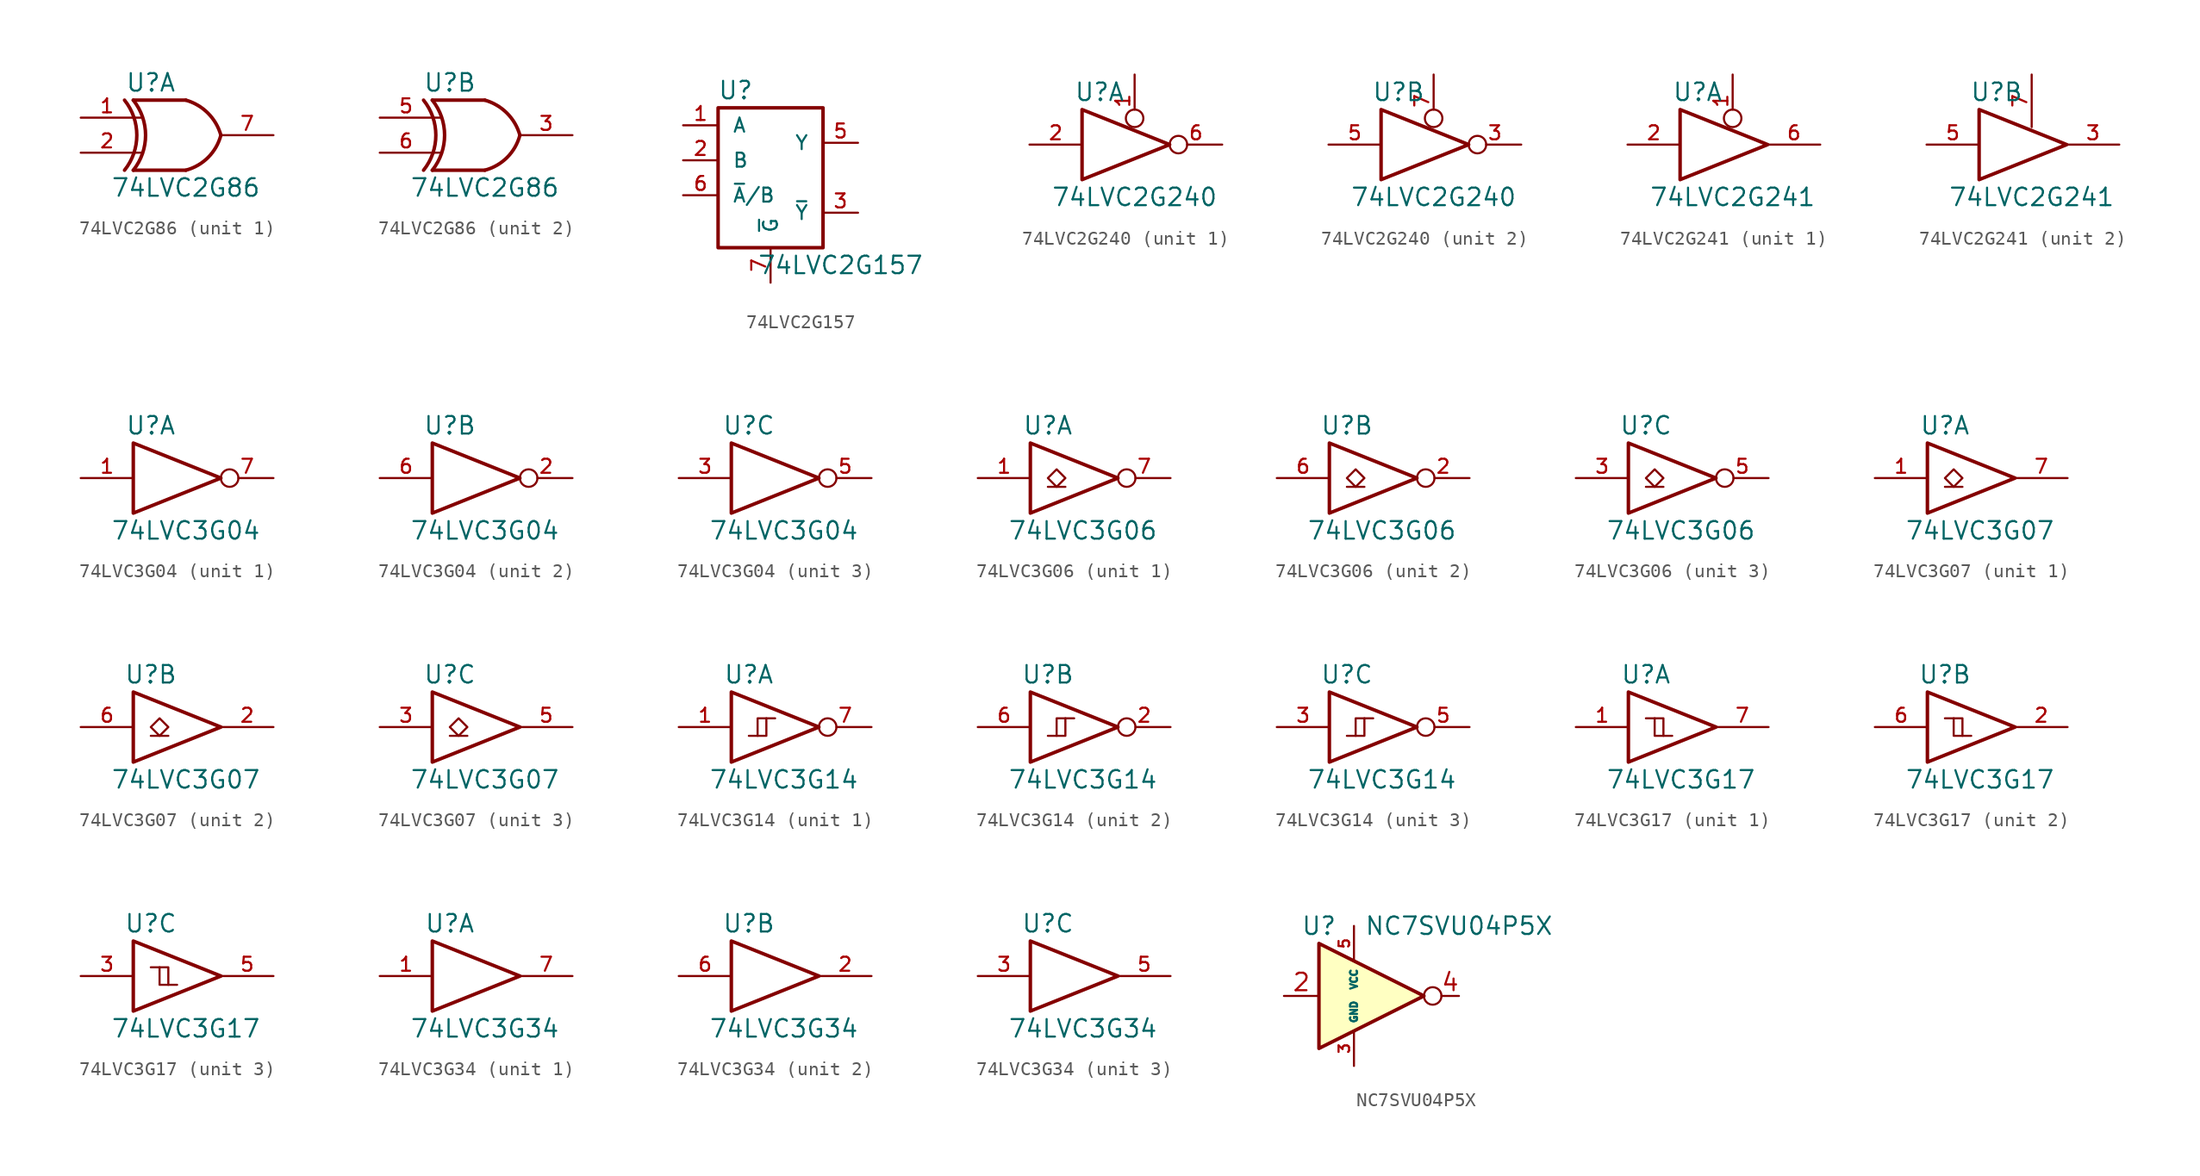
<source format=kicad_sym>
(kicad_symbol_lib
  (version 20201005)
  (generator kicad_symbol_editor)
  (symbol "74xGxx:74LVC2G86"
    (pin_names
      (offset 1.016))
    (property "Reference" "U"
      (at -2.54 3.81 0)
      (effects (font (size 1.27 1.27))))
    (property "Value" "74LVC2G86"
      (at 0 -3.81 0)
      (effects (font (size 1.27 1.27))))
    (symbol "74LVC2G86_0_1"
      (arc (start -4.445 2.54) (end -4.445 -2.54) (radius (at -7.62 0) (length 4.064) (angles 38.6 -38.6)) (stroke (width 0.254)) (fill (type none)))
      (arc (start -3.81 2.54) (end -3.81 -2.54) (radius (at -6.985 0) (length 4.064) (angles 38.6 -38.6)) (stroke (width 0.254)) (fill (type none)))
      (arc (start 0 2.54) (end 2.54 0) (radius (at -0.9652 -0.9398) (length 3.6068) (angles 74.4 15)) (stroke (width 0.254)) (fill (type none)))
      (arc (start 0 -2.54) (end 2.54 0) (radius (at -0.9652 0.9398) (length 3.6068) (angles -74.4 -15)) (stroke (width 0.254)) (fill (type none)))
      (polyline (pts (xy -3.81 -1.27) (xy -3.175 -1.27)) (stroke (width 0)) (fill (type none)))
      (polyline (pts (xy -3.81 1.27) (xy -3.175 1.27)) (stroke (width 0)) (fill (type none)))
      (polyline (pts (xy 0 -2.54) (xy -3.81 -2.54)) (stroke (width 0.254)) (fill (type background)))
      (polyline (pts (xy 0 2.54) (xy -3.81 2.54)) (stroke (width 0.254)) (fill (type background)))
      (pin power_in line (at 0 -2.54 270) (length 0) hide (name "GND" (effects (font (size 1.016 1.016)))) (number "4" (effects (font (size 1.016 1.016)))))
      (pin power_in line (at 0 2.54 90) (length 0) hide (name "VCC" (effects (font (size 1.016 1.016)))) (number "8" (effects (font (size 1.016 1.016))))))
    (symbol "74LVC2G86_1_1"
      (pin input line (at -7.62 1.27 0) (length 3.81) (name "~" (effects (font (size 1.016 1.016)))) (number "1" (effects (font (size 1.016 1.016)))))
      (pin input line (at -7.62 -1.27 0) (length 3.81) (name "~" (effects (font (size 1.016 1.016)))) (number "2" (effects (font (size 1.016 1.016)))))
      (pin output line (at 6.35 0 180) (length 3.81) (name "~" (effects (font (size 1.016 1.016)))) (number "7" (effects (font (size 1.016 1.016))))))
    (symbol "74LVC2G86_2_1"
      (pin output line (at 6.35 0 180) (length 3.81) (name "~" (effects (font (size 1.016 1.016)))) (number "3" (effects (font (size 1.016 1.016)))))
      (pin input line (at -7.62 1.27 0) (length 3.81) (name "~" (effects (font (size 1.016 1.016)))) (number "5" (effects (font (size 1.016 1.016)))))
      (pin input line (at -7.62 -1.27 0) (length 3.81) (name "~" (effects (font (size 1.016 1.016)))) (number "6" (effects (font (size 1.016 1.016)))))))
  (symbol "74xGxx:74LVC2G157"
    (pin_names
      (offset 1.016))
    (property "Reference" "U"
      (at -2.54 6.35 0)
      (effects (font (size 1.27 1.27))))
    (property "Value" "74LVC2G157"
      (at 5.08 -6.35 0)
      (effects (font (size 1.27 1.27))))
    (symbol "74LVC2G157_0_1"
      (rectangle (start -3.81 5.08) (end 3.81 -5.08) (stroke (width 0.254)) (fill (type none))))
    (symbol "74LVC2G157_1_1"
      (pin input line (at -6.35 3.81 0) (length 2.54) (name "A" (effects (font (size 1.016 1.016)))) (number "1" (effects (font (size 1.016 1.016)))))
      (pin input line (at -6.35 1.27 0) (length 2.54) (name "B" (effects (font (size 1.016 1.016)))) (number "2" (effects (font (size 1.016 1.016)))))
      (pin output line (at 6.35 -2.54 180) (length 2.54) (name "~Y" (effects (font (size 1.016 1.016)))) (number "3" (effects (font (size 1.016 1.016)))))
      (pin power_in line (at 2.54 -5.08 270) (length 0) hide (name "GND" (effects (font (size 1.016 1.016)))) (number "4" (effects (font (size 1.016 1.016)))))
      (pin output line (at 6.35 2.54 180) (length 2.54) (name "Y" (effects (font (size 1.016 1.016)))) (number "5" (effects (font (size 1.016 1.016)))))
      (pin input line (at -6.35 -1.27 0) (length 2.54) (name "~A~/B" (effects (font (size 1.016 1.016)))) (number "6" (effects (font (size 1.016 1.016)))))
      (pin input line (at 0 -7.62 90) (length 2.54) (name "~G" (effects (font (size 1.016 1.016)))) (number "7" (effects (font (size 1.016 1.016)))))
      (pin power_in line (at 2.54 5.08 90) (length 0) hide (name "VCC" (effects (font (size 1.016 1.016)))) (number "8" (effects (font (size 1.016 1.016)))))))
  (symbol "74xGxx:74LVC2G240"
    (pin_names
      (offset 1.016))
    (property "Reference" "U"
      (at -2.54 3.81 0)
      (effects (font (size 1.27 1.27))))
    (property "Value" "74LVC2G240"
      (at 0 -3.81 0)
      (effects (font (size 1.27 1.27))))
    (symbol "74LVC2G240_0_1"
      (polyline (pts (xy -3.81 2.54) (xy -3.81 -2.54) (xy 2.54 0) (xy -3.81 2.54)) (stroke (width 0.254)) (fill (type none)))
      (pin power_in line (at 1.27 -1.27 270) (length 0) hide (name "GND" (effects (font (size 1.016 1.016)))) (number "4" (effects (font (size 1.016 1.016)))))
      (pin power_in line (at 1.27 1.27 90) (length 0) hide (name "VCC" (effects (font (size 1.016 1.016)))) (number "8" (effects (font (size 1.016 1.016))))))
    (symbol "74LVC2G240_1_1"
      (pin input inverted (at 0 5.08 270) (length 3.81) (name "~" (effects (font (size 1.016 1.016)))) (number "1" (effects (font (size 1.016 1.016)))))
      (pin input line (at -7.62 0 0) (length 3.81) (name "~" (effects (font (size 1.016 1.016)))) (number "2" (effects (font (size 1.016 1.016)))))
      (pin tri_state inverted (at 6.35 0 180) (length 3.81) (name "~" (effects (font (size 1.016 1.016)))) (number "6" (effects (font (size 1.016 1.016))))))
    (symbol "74LVC2G240_2_1"
      (pin tri_state inverted (at 6.35 0 180) (length 3.81) (name "~" (effects (font (size 1.016 1.016)))) (number "3" (effects (font (size 1.016 1.016)))))
      (pin input line (at -7.62 0 0) (length 3.81) (name "~" (effects (font (size 1.016 1.016)))) (number "5" (effects (font (size 1.016 1.016)))))
      (pin input inverted (at 0 5.08 270) (length 3.81) (name "~" (effects (font (size 1.016 1.016)))) (number "7" (effects (font (size 1.016 1.016)))))))
  (symbol "74xGxx:74LVC2G241"
    (pin_names
      (offset 1.016))
    (property "Reference" "U"
      (at -2.54 3.81 0)
      (effects (font (size 1.27 1.27))))
    (property "Value" "74LVC2G241"
      (at 0 -3.81 0)
      (effects (font (size 1.27 1.27))))
    (symbol "74LVC2G241_0_1"
      (polyline (pts (xy -3.81 2.54) (xy -3.81 -2.54) (xy 2.54 0) (xy -3.81 2.54)) (stroke (width 0.254)) (fill (type none)))
      (pin power_in line (at 1.27 -1.27 270) (length 0) hide (name "GND" (effects (font (size 1.016 1.016)))) (number "4" (effects (font (size 1.016 1.016)))))
      (pin power_in line (at 1.27 1.27 90) (length 0) hide (name "VCC" (effects (font (size 1.016 1.016)))) (number "8" (effects (font (size 1.016 1.016))))))
    (symbol "74LVC2G241_1_1"
      (pin input inverted (at 0 5.08 270) (length 3.81) (name "~" (effects (font (size 1.016 1.016)))) (number "1" (effects (font (size 1.016 1.016)))))
      (pin input line (at -7.62 0 0) (length 3.81) (name "~" (effects (font (size 1.016 1.016)))) (number "2" (effects (font (size 1.016 1.016)))))
      (pin tri_state line (at 6.35 0 180) (length 3.81) (name "~" (effects (font (size 1.016 1.016)))) (number "6" (effects (font (size 1.016 1.016))))))
    (symbol "74LVC2G241_2_1"
      (pin tri_state line (at 6.35 0 180) (length 3.81) (name "~" (effects (font (size 1.016 1.016)))) (number "3" (effects (font (size 1.016 1.016)))))
      (pin input line (at -7.62 0 0) (length 3.81) (name "~" (effects (font (size 1.016 1.016)))) (number "5" (effects (font (size 1.016 1.016)))))
      (pin input line (at 0 5.08 270) (length 3.81) (name "~" (effects (font (size 1.016 1.016)))) (number "7" (effects (font (size 1.016 1.016)))))))
  (symbol "74xGxx:74LVC3G04"
    (pin_names
      (offset 1.016))
    (property "Reference" "U"
      (at -2.54 3.81 0)
      (effects (font (size 1.27 1.27))))
    (property "Value" "74LVC3G04"
      (at 0 -3.81 0)
      (effects (font (size 1.27 1.27))))
    (symbol "74LVC3G04_0_1"
      (polyline (pts (xy -3.81 2.54) (xy -3.81 -2.54) (xy 2.54 0) (xy -3.81 2.54)) (stroke (width 0.254)) (fill (type none)))
      (pin power_in line (at 0 -2.54 270) (length 0) hide (name "GND" (effects (font (size 1.016 1.016)))) (number "4" (effects (font (size 1.016 1.016)))))
      (pin power_in line (at 0 2.54 90) (length 0) hide (name "VCC" (effects (font (size 1.016 1.016)))) (number "8" (effects (font (size 1.016 1.016))))))
    (symbol "74LVC3G04_1_1"
      (pin input line (at -7.62 0 0) (length 3.81) (name "~" (effects (font (size 1.016 1.016)))) (number "1" (effects (font (size 1.016 1.016)))))
      (pin output inverted (at 6.35 0 180) (length 3.81) (name "~" (effects (font (size 1.016 1.016)))) (number "7" (effects (font (size 1.016 1.016))))))
    (symbol "74LVC3G04_2_1"
      (pin output inverted (at 6.35 0 180) (length 3.81) (name "~" (effects (font (size 1.016 1.016)))) (number "2" (effects (font (size 1.016 1.016)))))
      (pin input line (at -7.62 0 0) (length 3.81) (name "~" (effects (font (size 1.016 1.016)))) (number "6" (effects (font (size 1.016 1.016))))))
    (symbol "74LVC3G04_3_1"
      (pin input line (at -7.62 0 0) (length 3.81) (name "~" (effects (font (size 1.016 1.016)))) (number "3" (effects (font (size 1.016 1.016)))))
      (pin output inverted (at 6.35 0 180) (length 3.81) (name "~" (effects (font (size 1.016 1.016)))) (number "5" (effects (font (size 1.016 1.016)))))))
  (symbol "74xGxx:74LVC3G06"
    (pin_names
      (offset 1.016))
    (property "Reference" "U"
      (at -2.54 3.81 0)
      (effects (font (size 1.27 1.27))))
    (property "Value" "74LVC3G06"
      (at 0 -3.81 0)
      (effects (font (size 1.27 1.27))))
    (symbol "74LVC3G06_0_1"
      (polyline (pts (xy -2.54 -0.635) (xy -1.27 -0.635)) (stroke (width 0)) (fill (type none)))
      (polyline (pts (xy -3.81 2.54) (xy -3.81 -2.54) (xy 2.54 0) (xy -3.81 2.54)) (stroke (width 0.254)) (fill (type none)))
      (polyline (pts (xy -1.905 0.635) (xy -2.54 0) (xy -1.905 -0.635) (xy -1.27 0) (xy -1.905 0.635)) (stroke (width 0)) (fill (type none)))
      (pin power_in line (at 0 -2.54 270) (length 0) hide (name "GND" (effects (font (size 1.016 1.016)))) (number "4" (effects (font (size 1.016 1.016)))))
      (pin power_in line (at 0 2.54 90) (length 0) hide (name "VCC" (effects (font (size 1.016 1.016)))) (number "8" (effects (font (size 1.016 1.016))))))
    (symbol "74LVC3G06_1_1"
      (pin input line (at -7.62 0 0) (length 3.81) (name "~" (effects (font (size 1.016 1.016)))) (number "1" (effects (font (size 1.016 1.016)))))
      (pin open_collector inverted (at 6.35 0 180) (length 3.81) (name "~" (effects (font (size 1.016 1.016)))) (number "7" (effects (font (size 1.016 1.016))))))
    (symbol "74LVC3G06_2_1"
      (pin open_collector inverted (at 6.35 0 180) (length 3.81) (name "~" (effects (font (size 1.016 1.016)))) (number "2" (effects (font (size 1.016 1.016)))))
      (pin input line (at -7.62 0 0) (length 3.81) (name "~" (effects (font (size 1.016 1.016)))) (number "6" (effects (font (size 1.016 1.016))))))
    (symbol "74LVC3G06_3_1"
      (pin input line (at -7.62 0 0) (length 3.81) (name "~" (effects (font (size 1.016 1.016)))) (number "3" (effects (font (size 1.016 1.016)))))
      (pin open_collector inverted (at 6.35 0 180) (length 3.81) (name "~" (effects (font (size 1.016 1.016)))) (number "5" (effects (font (size 1.016 1.016)))))))
  (symbol "74xGxx:74LVC3G07"
    (pin_names
      (offset 1.016))
    (property "Reference" "U"
      (at -2.54 3.81 0)
      (effects (font (size 1.27 1.27))))
    (property "Value" "74LVC3G07"
      (at 0 -3.81 0)
      (effects (font (size 1.27 1.27))))
    (symbol "74LVC3G07_0_1"
      (polyline (pts (xy -2.54 -0.635) (xy -1.27 -0.635)) (stroke (width 0)) (fill (type none)))
      (polyline (pts (xy -3.81 2.54) (xy -3.81 -2.54) (xy 2.54 0) (xy -3.81 2.54)) (stroke (width 0.254)) (fill (type none)))
      (polyline (pts (xy -1.905 0.635) (xy -2.54 0) (xy -1.905 -0.635) (xy -1.27 0) (xy -1.905 0.635)) (stroke (width 0)) (fill (type none)))
      (pin power_in line (at 0 -2.54 270) (length 0) hide (name "GND" (effects (font (size 1.016 1.016)))) (number "4" (effects (font (size 1.016 1.016)))))
      (pin power_in line (at 0 2.54 90) (length 0) hide (name "VCC" (effects (font (size 1.016 1.016)))) (number "8" (effects (font (size 1.016 1.016))))))
    (symbol "74LVC3G07_1_1"
      (pin input line (at -7.62 0 0) (length 3.81) (name "~" (effects (font (size 1.016 1.016)))) (number "1" (effects (font (size 1.016 1.016)))))
      (pin open_collector line (at 6.35 0 180) (length 3.81) (name "~" (effects (font (size 1.016 1.016)))) (number "7" (effects (font (size 1.016 1.016))))))
    (symbol "74LVC3G07_2_1"
      (pin open_collector line (at 6.35 0 180) (length 3.81) (name "~" (effects (font (size 1.016 1.016)))) (number "2" (effects (font (size 1.016 1.016)))))
      (pin input line (at -7.62 0 0) (length 3.81) (name "~" (effects (font (size 1.016 1.016)))) (number "6" (effects (font (size 1.016 1.016))))))
    (symbol "74LVC3G07_3_1"
      (pin input line (at -7.62 0 0) (length 3.81) (name "~" (effects (font (size 1.016 1.016)))) (number "3" (effects (font (size 1.016 1.016)))))
      (pin open_collector line (at 6.35 0 180) (length 3.81) (name "~" (effects (font (size 1.016 1.016)))) (number "5" (effects (font (size 1.016 1.016)))))))
  (symbol "74xGxx:74LVC3G14"
    (pin_names
      (offset 1.016))
    (property "Reference" "U"
      (at -2.54 3.81 0)
      (effects (font (size 1.27 1.27))))
    (property "Value" "74LVC3G14"
      (at 0 -3.81 0)
      (effects (font (size 1.27 1.27))))
    (symbol "74LVC3G14_0_1"
      (polyline (pts (xy -1.905 -0.635) (xy -1.27 -0.635) (xy -1.27 0.635)) (stroke (width 0)) (fill (type none)))
      (polyline (pts (xy -3.81 2.54) (xy -3.81 -2.54) (xy 2.54 0) (xy -3.81 2.54)) (stroke (width 0.254)) (fill (type none)))
      (polyline (pts (xy -2.54 -0.635) (xy -1.905 -0.635) (xy -1.905 0.635) (xy -0.635 0.635)) (stroke (width 0)) (fill (type none)))
      (pin power_in line (at 0 -2.54 270) (length 0) hide (name "GND" (effects (font (size 1.016 1.016)))) (number "4" (effects (font (size 1.016 1.016)))))
      (pin power_in line (at 0 2.54 90) (length 0) hide (name "VCC" (effects (font (size 1.016 1.016)))) (number "8" (effects (font (size 1.016 1.016))))))
    (symbol "74LVC3G14_1_1"
      (pin input line (at -7.62 0 0) (length 3.81) (name "~" (effects (font (size 1.016 1.016)))) (number "1" (effects (font (size 1.016 1.016)))))
      (pin output inverted (at 6.35 0 180) (length 3.81) (name "~" (effects (font (size 1.016 1.016)))) (number "7" (effects (font (size 1.016 1.016))))))
    (symbol "74LVC3G14_2_1"
      (pin output inverted (at 6.35 0 180) (length 3.81) (name "~" (effects (font (size 1.016 1.016)))) (number "2" (effects (font (size 1.016 1.016)))))
      (pin input line (at -7.62 0 0) (length 3.81) (name "~" (effects (font (size 1.016 1.016)))) (number "6" (effects (font (size 1.016 1.016))))))
    (symbol "74LVC3G14_3_1"
      (pin input line (at -7.62 0 0) (length 3.81) (name "~" (effects (font (size 1.016 1.016)))) (number "3" (effects (font (size 1.016 1.016)))))
      (pin output inverted (at 6.35 0 180) (length 3.81) (name "~" (effects (font (size 1.016 1.016)))) (number "5" (effects (font (size 1.016 1.016)))))))
  (symbol "74xGxx:74LVC3G17"
    (pin_names
      (offset 1.016))
    (property "Reference" "U"
      (at -2.54 3.81 0)
      (effects (font (size 1.27 1.27))))
    (property "Value" "74LVC3G17"
      (at 0 -3.81 0)
      (effects (font (size 1.27 1.27))))
    (symbol "74LVC3G17_0_1"
      (polyline (pts (xy -1.905 0.635) (xy -1.27 0.635) (xy -1.27 -0.635)) (stroke (width 0)) (fill (type none)))
      (polyline (pts (xy -3.81 2.54) (xy -3.81 -2.54) (xy 2.54 0) (xy -3.81 2.54)) (stroke (width 0.254)) (fill (type none)))
      (polyline (pts (xy -2.54 0.635) (xy -1.905 0.635) (xy -1.905 -0.635) (xy -0.635 -0.635)) (stroke (width 0)) (fill (type none)))
      (pin power_in line (at 0 -2.54 270) (length 0) hide (name "GND" (effects (font (size 1.016 1.016)))) (number "4" (effects (font (size 1.016 1.016)))))
      (pin power_in line (at 0 2.54 90) (length 0) hide (name "VCC" (effects (font (size 1.016 1.016)))) (number "8" (effects (font (size 1.016 1.016))))))
    (symbol "74LVC3G17_1_1"
      (pin input line (at -7.62 0 0) (length 3.81) (name "~" (effects (font (size 1.016 1.016)))) (number "1" (effects (font (size 1.016 1.016)))))
      (pin output line (at 6.35 0 180) (length 3.81) (name "~" (effects (font (size 1.016 1.016)))) (number "7" (effects (font (size 1.016 1.016))))))
    (symbol "74LVC3G17_2_1"
      (pin output line (at 6.35 0 180) (length 3.81) (name "~" (effects (font (size 1.016 1.016)))) (number "2" (effects (font (size 1.016 1.016)))))
      (pin input line (at -7.62 0 0) (length 3.81) (name "~" (effects (font (size 1.016 1.016)))) (number "6" (effects (font (size 1.016 1.016))))))
    (symbol "74LVC3G17_3_1"
      (pin input line (at -7.62 0 0) (length 3.81) (name "~" (effects (font (size 1.016 1.016)))) (number "3" (effects (font (size 1.016 1.016)))))
      (pin output line (at 6.35 0 180) (length 3.81) (name "~" (effects (font (size 1.016 1.016)))) (number "5" (effects (font (size 1.016 1.016)))))))
  (symbol "74xGxx:74LVC3G34"
    (pin_names
      (offset 1.016))
    (property "Reference" "U"
      (at -2.54 3.81 0)
      (effects (font (size 1.27 1.27))))
    (property "Value" "74LVC3G34"
      (at 0 -3.81 0)
      (effects (font (size 1.27 1.27))))
    (symbol "74LVC3G34_0_1"
      (polyline (pts (xy -3.81 2.54) (xy -3.81 -2.54) (xy 2.54 0) (xy -3.81 2.54)) (stroke (width 0.254)) (fill (type none)))
      (pin power_in line (at 0 -2.54 270) (length 0) hide (name "GND" (effects (font (size 1.016 1.016)))) (number "4" (effects (font (size 1.016 1.016)))))
      (pin power_in line (at 0 2.54 90) (length 0) hide (name "VCC" (effects (font (size 1.016 1.016)))) (number "8" (effects (font (size 1.016 1.016))))))
    (symbol "74LVC3G34_1_1"
      (pin input line (at -7.62 0 0) (length 3.81) (name "~" (effects (font (size 1.016 1.016)))) (number "1" (effects (font (size 1.016 1.016)))))
      (pin output line (at 6.35 0 180) (length 3.81) (name "~" (effects (font (size 1.016 1.016)))) (number "7" (effects (font (size 1.016 1.016))))))
    (symbol "74LVC3G34_2_1"
      (pin output line (at 6.35 0 180) (length 3.81) (name "~" (effects (font (size 1.016 1.016)))) (number "2" (effects (font (size 1.016 1.016)))))
      (pin input line (at -7.62 0 0) (length 3.81) (name "~" (effects (font (size 1.016 1.016)))) (number "6" (effects (font (size 1.016 1.016))))))
    (symbol "74LVC3G34_3_1"
      (pin input line (at -7.62 0 0) (length 3.81) (name "~" (effects (font (size 1.016 1.016)))) (number "3" (effects (font (size 1.016 1.016)))))
      (pin output line (at 6.35 0 180) (length 3.81) (name "~" (effects (font (size 1.016 1.016)))) (number "5" (effects (font (size 1.016 1.016)))))))
  (symbol "74xGxx:NC7SVU04P5X"
    (property "Reference" "U"
      (at -2.54 5.08 0)
      (effects (font (size 1.27 1.27))))
    (property "Value" "NC7SVU04P5X"
      (at 7.62 5.08 0)
      (effects (font (size 1.27 1.27))))
    (symbol "NC7SVU04P5X_0_1"
      (circle (center 5.715 0) (radius 0.635) (stroke (width 0)) (fill (type none)))
      (polyline (pts (xy -2.54 3.81) (xy -2.54 -3.81) (xy 5.08 0) (xy -2.54 3.81)) (stroke (width 0.254)) (fill (type background))))
    (symbol "NC7SVU04P5X_1_1"
      (pin no_connect line (at 5.08 0 180) (length 2.54) hide (name "NC" (effects (font (size 1.27 1.27)))) (number "1" (effects (font (size 1.27 1.27)))))
      (pin input line (at -5.08 0 0) (length 2.54) (name "~" (effects (font (size 1.27 1.27)))) (number "2" (effects (font (size 1.27 1.27)))))
      (pin power_in line (at 0 -5.08 90) (length 2.54) (name "GND" (effects (font (size 0.508 0.508)))) (number "3" (effects (font (size 0.762 0.762)))))
      (pin output line (at 7.62 0 180) (length 1.27) (name "~" (effects (font (size 1.27 1.27)))) (number "4" (effects (font (size 1.27 1.27)))))
      (pin power_in line (at 0 5.08 270) (length 2.54) (name "VCC" (effects (font (size 0.508 0.508)))) (number "5" (effects (font (size 0.762 0.762))))))))
</source>
